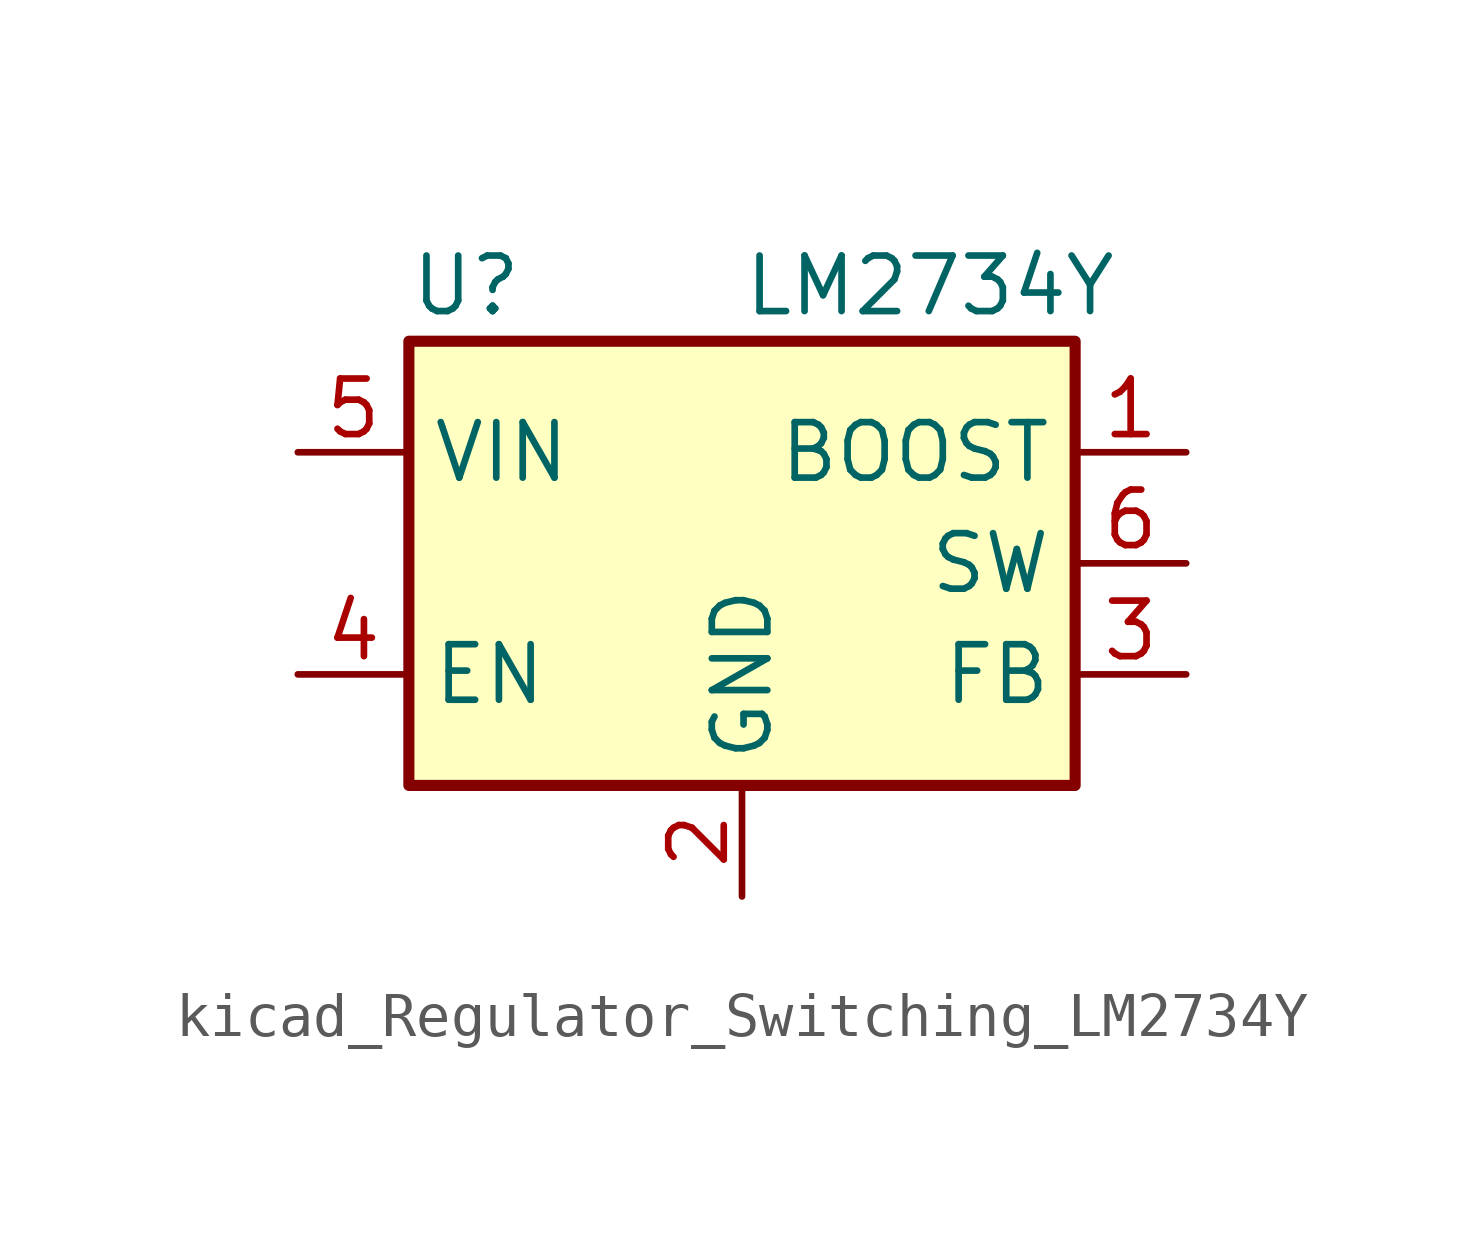
<source format=kicad_sym>
(kicad_symbol_lib
  (version 20220914)
  (generator kicad_symbol_editor)
  (symbol "kicad_Regulator_Switching_LM2734Y"
    (property "Reference" "U"
      (at -7.62 6.35 0)
      (effects (font (size 1.27 1.27)) (justify left)))
    (property "Value" "LM2734Y"
      (at 0 6.35 0)
      (effects (font (size 1.27 1.27)) (justify left)))
    (symbol "kicad_Regulator_Switching_LM2734Y_0_1"
      (rectangle (start -7.62 5.08) (end 7.62 -5.08) (stroke (width 0.254) (type default)) (fill (type background)))
      (pin input line (at 10.16 2.54 180) (length 2.54) (name "BOOST" (effects (font (size 1.27 1.27)))) (number "1" (effects (font (size 1.27 1.27))))))
    (symbol "kicad_Regulator_Switching_LM2734Y_1_1"
      (pin power_in line (at 0 -7.62 90) (length 2.54) (name "GND" (effects (font (size 1.27 1.27)))) (number "2" (effects (font (size 1.27 1.27)))))
      (pin input line (at 10.16 -2.54 180) (length 2.54) (name "FB" (effects (font (size 1.27 1.27)))) (number "3" (effects (font (size 1.27 1.27)))))
      (pin input line (at -10.16 -2.54 0) (length 2.54) (name "EN" (effects (font (size 1.27 1.27)))) (number "4" (effects (font (size 1.27 1.27)))))
      (pin power_in line (at -10.16 2.54 0) (length 2.54) (name "VIN" (effects (font (size 1.27 1.27)))) (number "5" (effects (font (size 1.27 1.27)))))
      (pin output line (at 10.16 0 180) (length 2.54) (name "SW" (effects (font (size 1.27 1.27)))) (number "6" (effects (font (size 1.27 1.27))))))))
</source>
